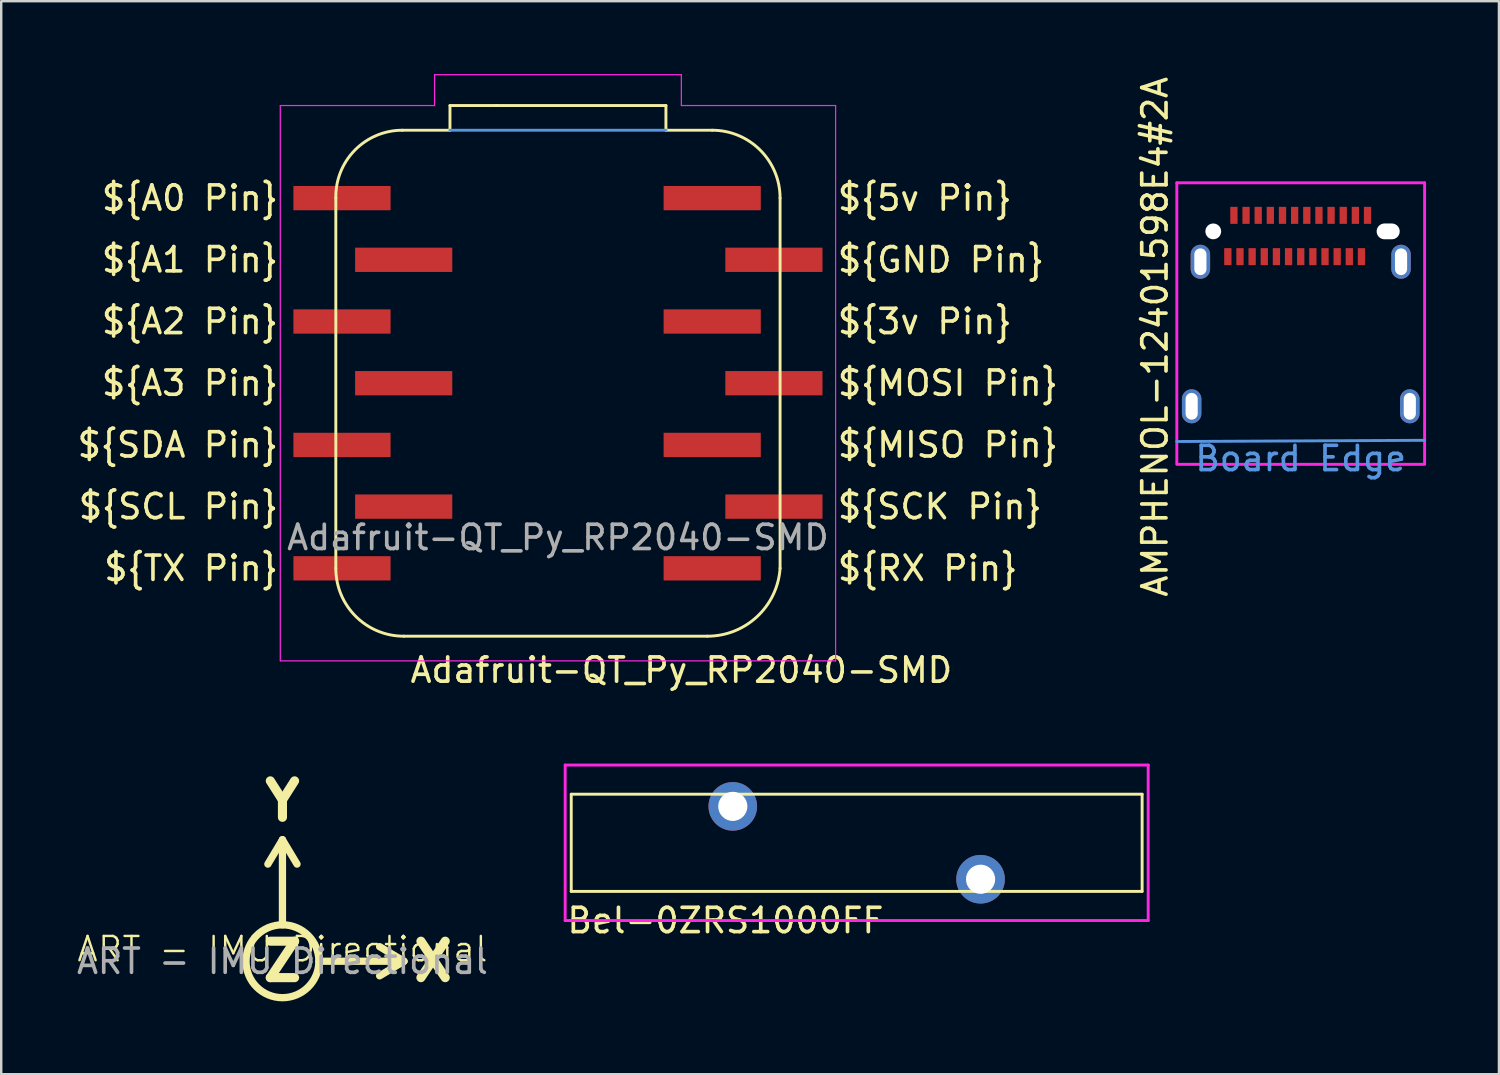
<source format=kicad_pcb>
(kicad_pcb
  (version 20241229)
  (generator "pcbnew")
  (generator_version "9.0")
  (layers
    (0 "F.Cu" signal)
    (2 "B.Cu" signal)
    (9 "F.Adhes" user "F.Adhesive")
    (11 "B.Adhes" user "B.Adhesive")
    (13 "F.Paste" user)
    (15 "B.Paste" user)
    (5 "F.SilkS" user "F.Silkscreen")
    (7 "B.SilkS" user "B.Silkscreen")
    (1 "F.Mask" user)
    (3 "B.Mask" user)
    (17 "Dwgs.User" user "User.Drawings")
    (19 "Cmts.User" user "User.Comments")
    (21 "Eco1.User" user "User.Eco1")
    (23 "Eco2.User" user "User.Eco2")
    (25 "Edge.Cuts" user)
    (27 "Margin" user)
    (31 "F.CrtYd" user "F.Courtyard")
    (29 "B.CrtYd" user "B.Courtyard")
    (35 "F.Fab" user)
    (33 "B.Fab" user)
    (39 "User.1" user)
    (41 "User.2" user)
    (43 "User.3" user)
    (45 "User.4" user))
  (footprint "Adafruit-QT_Py_RP2040-SMD"
    (layer "F.Cu")
    (at 19.918 12.725)
    (property "Reference" "Adafruit-QT_Py_RP2040-SMD" (at 5.08 11.811 0) (unlocked yes) (layer "F.SilkS") (effects (font (size 1 1) (thickness 0.15))))
    (attr smd)
    (fp_line (start -9.144 -7.62) (end -9.144 7.62) (stroke (width 0.12) (type solid)) (layer "F.SilkS"))
    (fp_line (start -4.445 -11.43) (end -4.445 -10.414) (stroke (width 0.12) (type solid)) (layer "F.SilkS"))
    (fp_line (start -4.445 -10.414) (end -6.406 -10.414) (stroke (width 0.12) (type solid)) (layer "F.SilkS"))
    (fp_line (start -2.54 -11.43) (end -4.445 -11.43) (stroke (width 0.12) (type solid)) (layer "F.SilkS"))
    (fp_line (start 4.445 -11.43) (end -2.54 -11.43) (stroke (width 0.12) (type solid)) (layer "F.SilkS"))
    (fp_line (start 4.445 -11.43) (end 4.445 -10.414) (stroke (width 0.12) (type solid)) (layer "F.SilkS"))
    (fp_line (start 4.445 -10.414) (end 6.35 -10.414) (stroke (width 0.12) (type solid)) (layer "F.SilkS"))
    (fp_line (start 6.152 10.414) (end -6.35 10.414) (stroke (width 0.12) (type solid)) (layer "F.SilkS"))
    (fp_line (start 9.144 7.62) (end 9.144 -7.62) (stroke (width 0.12) (type solid)) (layer "F.SilkS"))
    (fp_arc (start -9.144 -7.62) (mid -8.362181 -9.592171) (end -6.406344 -10.414) (stroke (width 0.12) (type solid)) (layer "F.SilkS"))
    (fp_arc (start -6.35 10.414) (mid -8.325658 9.595657) (end -9.144 7.62) (stroke (width 0.12) (type solid)) (layer "F.SilkS"))
    (fp_arc (start 6.35 -10.414) (mid 8.325656 -9.595656) (end 9.144 -7.62) (stroke (width 0.12) (type solid)) (layer "F.SilkS"))
    (fp_arc (start 9.144 7.62) (mid 8.199075 9.606875) (end 6.152344 10.414) (stroke (width 0.12) (type solid)) (layer "F.SilkS"))
    (fp_line (start 4.445 -10.414) (end -4.445 -10.414) (stroke (width 0.12) (type solid)) (layer "Cmts.User"))
    (fp_line (start -11.43 -11.43) (end -11.43 11.43) (stroke (width 0.05) (type solid)) (layer "F.CrtYd"))
    (fp_line (start -11.43 11.43) (end 11.43 11.43) (stroke (width 0.05) (type solid)) (layer "F.CrtYd"))
    (fp_line (start -5.08 -12.7) (end -5.08 -11.43) (stroke (width 0.05) (type solid)) (layer "F.CrtYd"))
    (fp_line (start -5.08 -11.43) (end -11.43 -11.43) (stroke (width 0.05) (type solid)) (layer "F.CrtYd"))
    (fp_line (start 5.08 -12.7) (end -5.08 -12.7) (stroke (width 0.05) (type solid)) (layer "F.CrtYd"))
    (fp_line (start 5.08 -11.43) (end 5.08 -12.7) (stroke (width 0.05) (type solid)) (layer "F.CrtYd"))
    (fp_line (start 11.43 -11.43) (end 5.08 -11.43) (stroke (width 0.05) (type solid)) (layer "F.CrtYd"))
    (fp_line (start 11.43 11.43) (end 11.43 -11.43) (stroke (width 0.05) (type solid)) (layer "F.CrtYd"))
    (fp_text user "${MOSI Pin}" (at 11.43 0 0) (unlocked yes) (layer "F.SilkS") (effects (font (size 1 1) (thickness 0.15)) (justify left)))
    (fp_text user "${TX Pin}" (at -11.43 7.62 0) (unlocked yes) (layer "F.SilkS") (effects (font (size 1 1) (thickness 0.15)) (justify right)))
    (fp_text user "${SCK Pin}" (at 11.43 5.08 0) (unlocked yes) (layer "F.SilkS") (effects (font (size 1 1) (thickness 0.15)) (justify left)))
    (fp_text user "${SCL Pin}" (at -11.43 5.08 0) (unlocked yes) (layer "F.SilkS") (effects (font (size 1 1) (thickness 0.15)) (justify right)))
    (fp_text user "${A2 Pin}" (at -11.43 -2.54 0) (unlocked yes) (layer "F.SilkS") (effects (font (size 1 1) (thickness 0.15)) (justify right)))
    (fp_text user "${A1 Pin}" (at -11.43 -5.08 0) (unlocked yes) (layer "F.SilkS") (effects (font (size 1 1) (thickness 0.15)) (justify right)))
    (fp_text user "${RX Pin}" (at 11.43 7.62 0) (unlocked yes) (layer "F.SilkS") (effects (font (size 1 1) (thickness 0.15)) (justify left)))
    (fp_text user "${5v Pin}" (at 11.43 -7.62 0) (unlocked yes) (layer "F.SilkS") (effects (font (size 1 1) (thickness 0.15)) (justify left)))
    (fp_text user "${MISO Pin}" (at 11.43 2.54 0) (unlocked yes) (layer "F.SilkS") (effects (font (size 1 1) (thickness 0.15)) (justify left)))
    (fp_text user "${SDA Pin}" (at -11.43 2.54 0) (unlocked yes) (layer "F.SilkS") (effects (font (size 1 1) (thickness 0.15)) (justify right)))
    (fp_text user "${GND Pin}" (at 11.43 -5.08 0) (unlocked yes) (layer "F.SilkS") (effects (font (size 1 1) (thickness 0.15)) (justify left)))
    (fp_text user "${A3 Pin}" (at -11.43 0 0) (unlocked yes) (layer "F.SilkS") (effects (font (size 1 1) (thickness 0.15)) (justify right)))
    (fp_text user "${A0 Pin}" (at -11.43 -7.62 0) (unlocked yes) (layer "F.SilkS") (effects (font (size 1 1) (thickness 0.15)) (justify right)))
    (fp_text user "${3v Pin}" (at 11.43 -2.54 0) (unlocked yes) (layer "F.SilkS") (effects (font (size 1 1) (thickness 0.15)) (justify left)))
    (fp_text user "${REFERENCE}" (at 0 6.35 0) (unlocked yes) (layer "F.Fab") (effects (font (size 1 1) (thickness 0.15))))
    (pad "3V" smd rect (at 6.35 -2.54) (size 4 1) (layers "F.Cu" "F.Mask" "F.Paste"))
    (pad "5V" smd rect (at 6.35 -7.62) (size 4 1) (layers "F.Cu" "F.Mask" "F.Paste"))
    (pad "A0" smd rect (at -8.89 -7.62) (size 4 1) (layers "F.Cu" "F.Mask" "F.Paste"))
    (pad "A1" smd rect (at -6.35 -5.08) (size 4 1) (layers "F.Cu" "F.Mask" "F.Paste"))
    (pad "A2" smd rect (at -8.89 -2.54) (size 4 1) (layers "F.Cu" "F.Mask" "F.Paste"))
    (pad "A3" smd rect (at -6.35 0) (size 4 1) (layers "F.Cu" "F.Mask" "F.Paste"))
    (pad "GND" smd rect (at 8.89 -5.08) (size 4 1) (layers "F.Cu" "F.Mask" "F.Paste"))
    (pad "MI" smd rect (at 6.35 2.54) (size 4 1) (layers "F.Cu" "F.Mask" "F.Paste"))
    (pad "MO" smd rect (at 8.89 0) (size 4 1) (layers "F.Cu" "F.Mask" "F.Paste"))
    (pad "RX" smd rect (at 6.35 7.62) (size 4 1) (layers "F.Cu" "F.Mask" "F.Paste"))
    (pad "SCK" smd rect (at 8.89 5.08) (size 4 1) (layers "F.Cu" "F.Mask" "F.Paste"))
    (pad "SCL" smd rect (at -6.35 5.08) (size 4 1) (layers "F.Cu" "F.Mask" "F.Paste"))
    (pad "SDA" smd rect (at -8.89 2.54) (size 4 1) (layers "F.Cu" "F.Mask" "F.Paste"))
    (pad "TX" smd rect (at -8.89 7.62) (size 4 1) (layers "F.Cu" "F.Mask" "F.Paste")))
  (footprint "ART - IMU Directional"
    (layer "F.Cu")
    (at 8.577 36.52)
    (property "Reference" "ART - IMU Directional" (at 0 -0.5 0) (unlocked yes) (layer "F.SilkS") (effects (font (size 1 1) (thickness 0.1))))
    (attr exclude_from_bom)
    (fp_line (start 0 -5) (end -0.6 -4) (stroke (width 0.3) (type default)) (layer "F.SilkS"))
    (fp_line (start 0 -5) (end 0.6 -4) (stroke (width 0.3) (type default)) (layer "F.SilkS"))
    (fp_line (start 0 -1.5) (end 0 -5) (stroke (width 0.3) (type default)) (layer "F.SilkS"))
    (fp_line (start 1.5 0) (end 5 0) (stroke (width 0.3) (type default)) (layer "F.SilkS"))
    (fp_line (start 5 0) (end 4 -0.6) (stroke (width 0.3) (type default)) (layer "F.SilkS"))
    (fp_line (start 5 0) (end 4 0.6) (stroke (width 0.3) (type default)) (layer "F.SilkS"))
    (fp_circle (center 0 0) (end 1.5 0) (stroke (width 0.3) (type default)) (fill no) (layer "F.SilkS"))
    (fp_text user "X" (at 6.2 0 0) (unlocked yes) (layer "F.SilkS") (effects (font (size 1.5 1.5) (thickness 0.4) (bold yes))))
    (fp_text user "Y" (at 0 -6.6 0) (unlocked yes) (layer "F.SilkS") (effects (font (size 1.5 1.5) (thickness 0.4) (bold yes))))
    (fp_text user "Z" (at 0 0 0) (unlocked yes) (layer "F.SilkS") (effects (font (size 1.5 1.5) (thickness 0.4) (bold yes))))
    (fp_text user "${REFERENCE}" (at 0 0 0) (unlocked yes) (layer "F.Fab") (effects (font (size 1 1) (thickness 0.15)))))
  (footprint "AMPHENOL-12401598E4#2A"
    (layer "F.Cu")
    (at 50.494 10.815)
    (property "Reference" "AMPHENOL-12401598E4#2A" (at -6 0 90) (layer "F.SilkS") (effects (font (size 1 1) (thickness 0.15))))
    (attr smd)
    (fp_line (start 5.1 4.26) (end -5.1 4.31) (stroke (width 0.12) (type solid)) (layer "Cmts.User"))
    (fp_line (start -5.1 -6.34) (end 5.1 -6.34) (stroke (width 0.12) (type solid)) (layer "F.CrtYd"))
    (fp_line (start -5.1 5.21) (end -5.1 -6.34) (stroke (width 0.12) (type solid)) (layer "F.CrtYd"))
    (fp_line (start 5.1 -6.34) (end 5.1 5.21) (stroke (width 0.12) (type solid)) (layer "F.CrtYd"))
    (fp_line (start 5.1 5.25) (end -5.1 5.25) (stroke (width 0.12) (type solid)) (layer "F.CrtYd"))
    (fp_text user "Board Edge" (at 0 5.01 0) (layer "Cmts.User") (effects (font (size 1 1) (thickness 0.15))))
    (pad "" np_thru_hole circle (at -3.6 -4.34) (size 0.65 0.65) (drill 0.65) (layers "*.Cu" "*.Mask"))
    (pad "" np_thru_hole oval (at 3.6 -4.34) (size 0.95 0.65) (drill oval 0.95 0.65) (layers "*.Cu" "*.Mask"))
    (pad "A1" smd rect (at -2.75 -5) (size 0.3 0.7) (layers "F.Cu" "F.Mask" "F.Paste"))
    (pad "A2" smd rect (at -2.25 -5) (size 0.3 0.7) (layers "F.Cu" "F.Mask" "F.Paste"))
    (pad "A3" smd rect (at -1.75 -5) (size 0.3 0.7) (layers "F.Cu" "F.Mask" "F.Paste"))
    (pad "A4" smd rect (at -1.25 -5) (size 0.3 0.7) (layers "F.Cu" "F.Mask" "F.Paste"))
    (pad "A5" smd rect (at -0.75 -5) (size 0.3 0.7) (layers "F.Cu" "F.Mask" "F.Paste"))
    (pad "A6" smd rect (at -0.25 -5) (size 0.3 0.7) (layers "F.Cu" "F.Mask" "F.Paste"))
    (pad "A7" smd rect (at 0.25 -5) (size 0.3 0.7) (layers "F.Cu" "F.Mask" "F.Paste"))
    (pad "A8" smd rect (at 0.75 -5) (size 0.3 0.7) (layers "F.Cu" "F.Mask" "F.Paste"))
    (pad "A9" smd rect (at 1.25 -5) (size 0.3 0.7) (layers "F.Cu" "F.Mask" "F.Paste"))
    (pad "A10" smd rect (at 1.75 -5) (size 0.3 0.7) (layers "F.Cu" "F.Mask" "F.Paste"))
    (pad "A11" smd rect (at 2.25 -5) (size 0.3 0.7) (layers "F.Cu" "F.Mask" "F.Paste"))
    (pad "A12" smd rect (at 2.75 -5) (size 0.3 0.7) (layers "F.Cu" "F.Mask" "F.Paste"))
    (pad "B1" smd rect (at 2.5 -3.3 180) (size 0.3 0.7) (layers "F.Cu" "F.Mask" "F.Paste"))
    (pad "B2" smd rect (at 2 -3.3 180) (size 0.3 0.7) (layers "F.Cu" "F.Mask" "F.Paste"))
    (pad "B3" smd rect (at 1.5 -3.3 180) (size 0.3 0.7) (layers "F.Cu" "F.Mask" "F.Paste"))
    (pad "B4" smd rect (at 1 -3.3 180) (size 0.3 0.7) (layers "F.Cu" "F.Mask" "F.Paste"))
    (pad "B5" smd rect (at 0.5 -3.3 180) (size 0.3 0.7) (layers "F.Cu" "F.Mask" "F.Paste"))
    (pad "B6" smd rect (at 0 -3.3 180) (size 0.3 0.7) (layers "F.Cu" "F.Mask" "F.Paste"))
    (pad "B7" smd rect (at -0.5 -3.3 180) (size 0.3 0.7) (layers "F.Cu" "F.Mask" "F.Paste"))
    (pad "B8" smd rect (at -1 -3.3 180) (size 0.3 0.7) (layers "F.Cu" "F.Mask" "F.Paste"))
    (pad "B9" smd rect (at -1.5 -3.3 180) (size 0.3 0.7) (layers "F.Cu" "F.Mask" "F.Paste"))
    (pad "B10" smd rect (at -2 -3.3 180) (size 0.3 0.7) (layers "F.Cu" "F.Mask" "F.Paste"))
    (pad "B11" smd rect (at -2.5 -3.3 180) (size 0.3 0.7) (layers "F.Cu" "F.Mask" "F.Paste"))
    (pad "B12" smd rect (at -3 -3.3 180) (size 0.3 0.7) (layers "F.Cu" "F.Mask" "F.Paste"))
    (pad "S1" thru_hole oval (at -4.49 2.86) (size 0.8 1.4) (drill oval 0.5 1.1) (layers "*.Cu" "*.Mask"))
    (pad "S1" thru_hole oval (at -4.13 -3.09) (size 0.8 1.4) (drill oval 0.5 1.1) (layers "*.Cu" "*.Mask"))
    (pad "S1" thru_hole oval (at 4.13 -3.09) (size 0.8 1.4) (drill oval 0.5 1.1) (layers "*.Cu" "*.Mask"))
    (pad "S1" thru_hole oval (at 4.49 2.86) (size 0.8 1.4) (drill oval 0.5 1.1) (layers "*.Cu" "*.Mask")))
  (footprint "Bel-0ZRS1000FF"
    (layer "F.Cu")
    (at 32.215 31.644)
    (property "Reference" "Bel-0ZRS1000FF" (at -12 3.2 0) (layer "F.SilkS") (effects (font (size 1 1) (thickness 0.15)) (justify left)))
    (attr through_hole)
    (fp_line (start -11.75 -2) (end 11.75 -2) (stroke (width 0.12) (type solid)) (layer "F.SilkS"))
    (fp_line (start -11.75 2) (end -11.75 -2) (stroke (width 0.12) (type solid)) (layer "F.SilkS"))
    (fp_line (start 11.75 -2) (end 11.75 2) (stroke (width 0.12) (type solid)) (layer "F.SilkS"))
    (fp_line (start 11.75 2) (end -11.75 2) (stroke (width 0.12) (type solid)) (layer "F.SilkS"))
    (fp_line (start -12 -3.2) (end 12 -3.2) (stroke (width 0.12) (type solid)) (layer "F.CrtYd"))
    (fp_line (start -12 3.2) (end -12 -3.2) (stroke (width 0.12) (type solid)) (layer "F.CrtYd"))
    (fp_line (start 12 -3.2) (end 12 3.2) (stroke (width 0.12) (type solid)) (layer "F.CrtYd"))
    (fp_line (start 12 3.2) (end -12 3.2) (stroke (width 0.12) (type solid)) (layer "F.CrtYd"))
    (pad "1" thru_hole circle (at 5.1 1.5) (size 2 2) (drill 1.2) (layers "*.Cu" "*.Mask"))
    (pad "2" thru_hole circle (at -5.1 -1.5) (size 2 2) (drill 1.2) (layers "*.Cu" "*.Mask")))
  (gr_rect
    (start -3 -3)
    (end 58.654 41.17)
    (stroke (width 0.1) (type default))
    (fill no)
    (layer "Edge.Cuts")))
</source>
